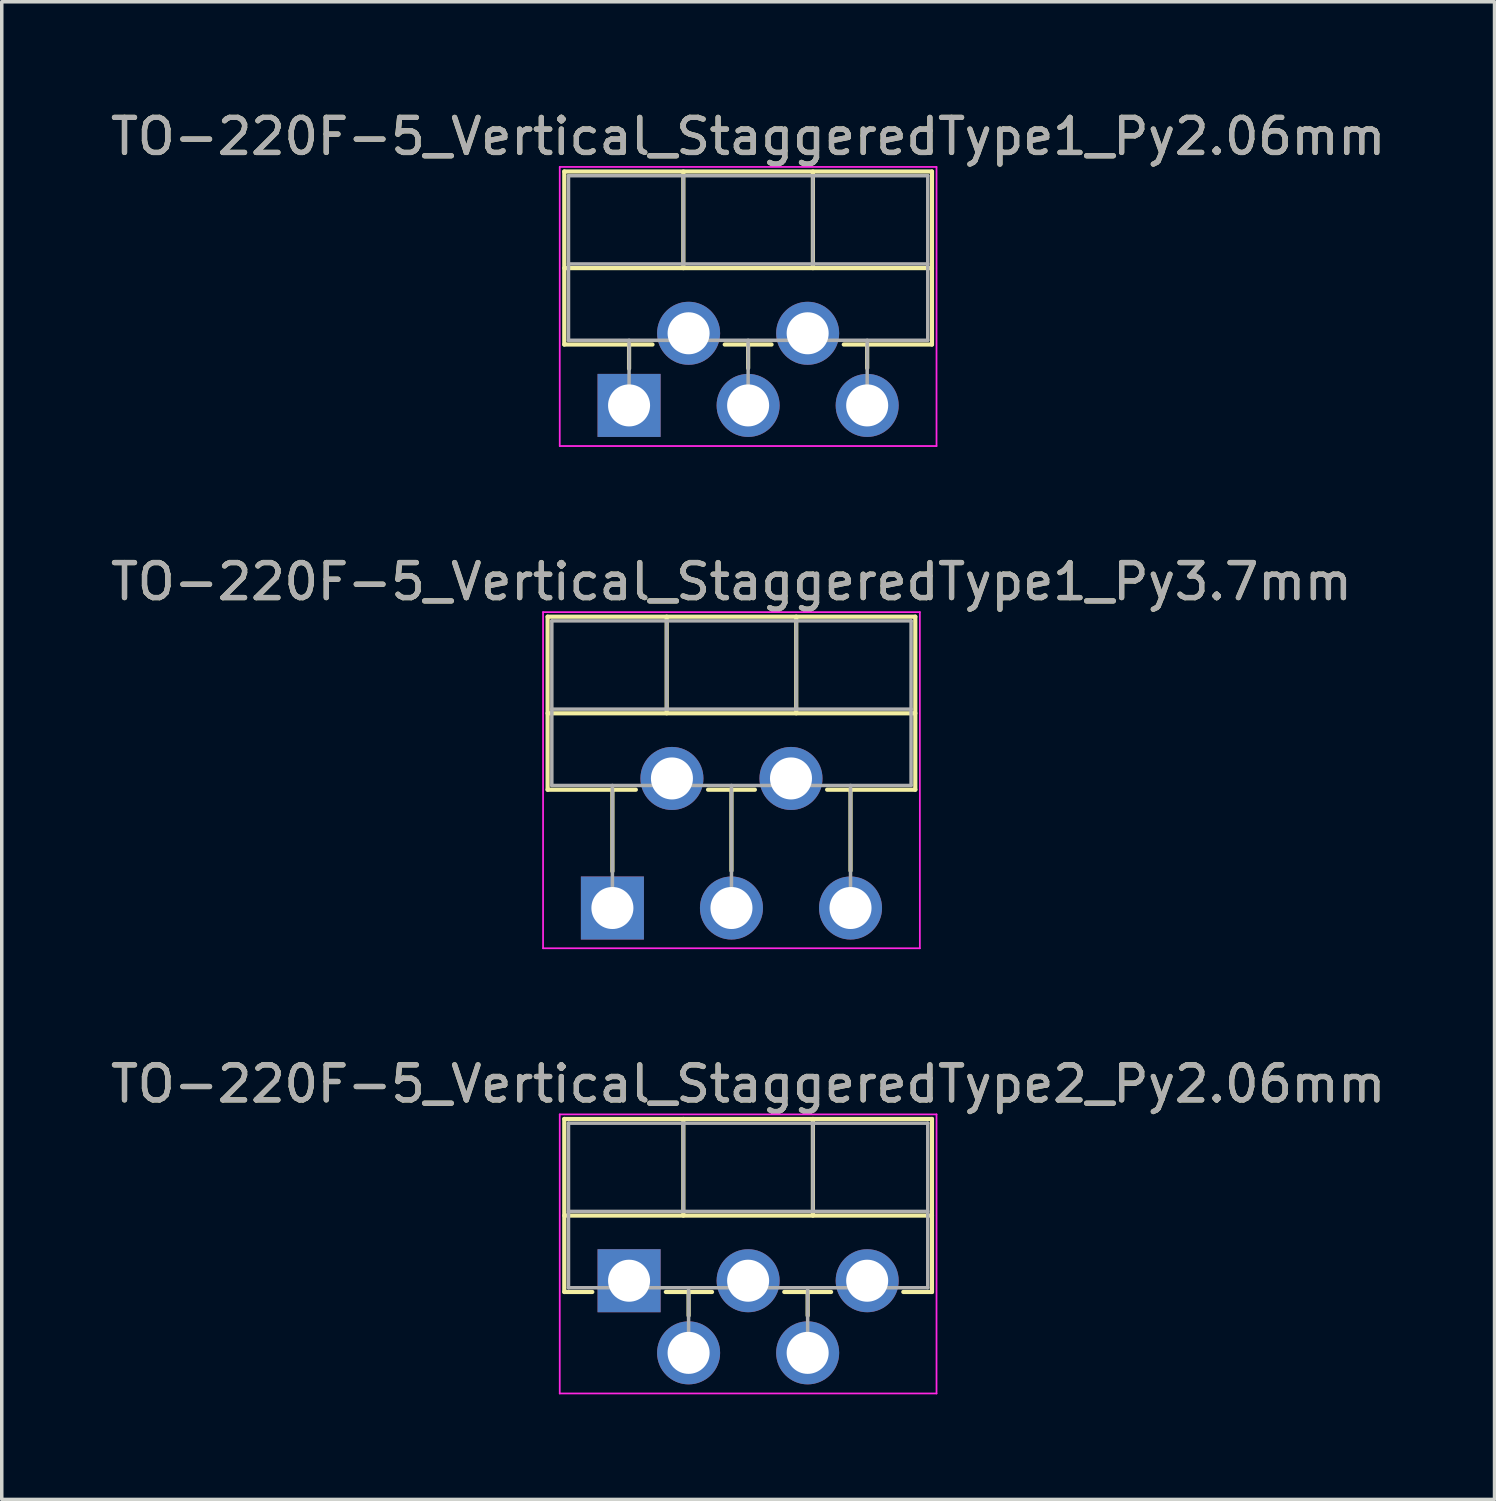
<source format=kicad_pcb>
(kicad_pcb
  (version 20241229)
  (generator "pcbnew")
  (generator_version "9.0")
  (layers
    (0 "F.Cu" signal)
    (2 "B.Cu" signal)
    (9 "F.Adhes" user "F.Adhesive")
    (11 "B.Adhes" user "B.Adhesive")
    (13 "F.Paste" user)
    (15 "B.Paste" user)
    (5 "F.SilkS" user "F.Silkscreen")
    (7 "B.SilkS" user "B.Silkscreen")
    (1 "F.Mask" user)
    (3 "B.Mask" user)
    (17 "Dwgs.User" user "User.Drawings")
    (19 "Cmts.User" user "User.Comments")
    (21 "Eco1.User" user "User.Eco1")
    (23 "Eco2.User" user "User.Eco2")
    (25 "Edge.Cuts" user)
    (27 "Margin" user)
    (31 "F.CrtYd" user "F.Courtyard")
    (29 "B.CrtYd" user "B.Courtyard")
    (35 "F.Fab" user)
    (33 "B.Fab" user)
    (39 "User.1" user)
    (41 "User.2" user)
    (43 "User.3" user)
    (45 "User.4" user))
  (footprint "TO-220F-5_Vertical_StaggeredType1_Py2.06mm"
    (layer "F.Cu")
    (at 14.915 8.528)
    (property "Reference" "TO-220F-5_Vertical_StaggeredType1_Py2.06mm" (at 3.4 -7.68 0) (layer "F.SilkS") (effects (font (size 1 1) (thickness 0.15))))
    (attr through_hole)
    (fp_line (start -1.85 -6.68) (end -1.85 -1.739) (stroke (width 0.12) (type solid)) (layer "F.SilkS"))
    (fp_line (start -1.85 -6.68) (end 8.65 -6.68) (stroke (width 0.12) (type solid)) (layer "F.SilkS"))
    (fp_line (start -1.85 -3.921) (end 8.65 -3.921) (stroke (width 0.12) (type solid)) (layer "F.SilkS"))
    (fp_line (start -1.85 -1.739) (end 0.669 -1.739) (stroke (width 0.12) (type solid)) (layer "F.SilkS"))
    (fp_line (start 0 -1.739) (end 0 -1.05) (stroke (width 0.12) (type solid)) (layer "F.SilkS"))
    (fp_line (start 1.55 -6.68) (end 1.55 -3.921) (stroke (width 0.12) (type solid)) (layer "F.SilkS"))
    (fp_line (start 2.732 -1.739) (end 4.069 -1.739) (stroke (width 0.12) (type solid)) (layer "F.SilkS"))
    (fp_line (start 3.4 -1.739) (end 3.4 -1.065) (stroke (width 0.12) (type solid)) (layer "F.SilkS"))
    (fp_line (start 5.25 -6.68) (end 5.25 -3.921) (stroke (width 0.12) (type solid)) (layer "F.SilkS"))
    (fp_line (start 6.132 -1.739) (end 8.65 -1.739) (stroke (width 0.12) (type solid)) (layer "F.SilkS"))
    (fp_line (start 6.8 -1.739) (end 6.8 -1.065) (stroke (width 0.12) (type solid)) (layer "F.SilkS"))
    (fp_line (start 8.65 -6.68) (end 8.65 -1.739) (stroke (width 0.12) (type solid)) (layer "F.SilkS"))
    (fp_line (start -1.98 -6.81) (end -1.98 1.16) (stroke (width 0.05) (type solid)) (layer "F.CrtYd"))
    (fp_line (start -1.98 1.16) (end 8.78 1.16) (stroke (width 0.05) (type solid)) (layer "F.CrtYd"))
    (fp_line (start 8.78 -6.81) (end -1.98 -6.81) (stroke (width 0.05) (type solid)) (layer "F.CrtYd"))
    (fp_line (start 8.78 1.16) (end 8.78 -6.81) (stroke (width 0.05) (type solid)) (layer "F.CrtYd"))
    (fp_line (start -1.73 -6.56) (end -1.73 -1.86) (stroke (width 0.1) (type solid)) (layer "F.Fab"))
    (fp_line (start -1.73 -4.04) (end 8.53 -4.04) (stroke (width 0.1) (type solid)) (layer "F.Fab"))
    (fp_line (start -1.73 -1.86) (end 8.53 -1.86) (stroke (width 0.1) (type solid)) (layer "F.Fab"))
    (fp_line (start 0 -1.86) (end 0 0) (stroke (width 0.1) (type solid)) (layer "F.Fab"))
    (fp_line (start 1.55 -6.56) (end 1.55 -4.04) (stroke (width 0.1) (type solid)) (layer "F.Fab"))
    (fp_line (start 3.4 -1.86) (end 3.4 0) (stroke (width 0.1) (type solid)) (layer "F.Fab"))
    (fp_line (start 5.25 -6.56) (end 5.25 -4.04) (stroke (width 0.1) (type solid)) (layer "F.Fab"))
    (fp_line (start 6.8 -1.86) (end 6.8 0) (stroke (width 0.1) (type solid)) (layer "F.Fab"))
    (fp_line (start 8.53 -6.56) (end -1.73 -6.56) (stroke (width 0.1) (type solid)) (layer "F.Fab"))
    (fp_line (start 8.53 -1.86) (end 8.53 -6.56) (stroke (width 0.1) (type solid)) (layer "F.Fab"))
    (fp_text user "${REFERENCE}" (at 3.4 -7.68 0) (layer "F.Fab") (effects (font (size 1 1) (thickness 0.15))))
    (pad "1" thru_hole rect (at 0 0) (size 1.8 1.8) (drill 1.2) (layers "*.Cu" "*.Mask"))
    (pad "2" thru_hole oval (at 1.7 -2.06) (size 1.8 1.8) (drill 1.2) (layers "*.Cu" "*.Mask"))
    (pad "3" thru_hole oval (at 3.4 0) (size 1.8 1.8) (drill 1.2) (layers "*.Cu" "*.Mask"))
    (pad "4" thru_hole oval (at 5.1 -2.06) (size 1.8 1.8) (drill 1.2) (layers "*.Cu" "*.Mask"))
    (pad "5" thru_hole oval (at 6.8 0) (size 1.8 1.8) (drill 1.2) (layers "*.Cu" "*.Mask")))
  (footprint "TO-220F-5_Vertical_StaggeredType1_Py3.7mm"
    (layer "F.Cu")
    (at 14.439 22.881)
    (property "Reference" "TO-220F-5_Vertical_StaggeredType1_Py3.7mm" (at 3.4 -9.32 0) (layer "F.SilkS") (effects (font (size 1 1) (thickness 0.15))))
    (attr through_hole)
    (fp_line (start -1.85 -8.32) (end -1.85 -3.379) (stroke (width 0.12) (type solid)) (layer "F.SilkS"))
    (fp_line (start -1.85 -8.32) (end 8.65 -8.32) (stroke (width 0.12) (type solid)) (layer "F.SilkS"))
    (fp_line (start -1.85 -5.561) (end 8.65 -5.561) (stroke (width 0.12) (type solid)) (layer "F.SilkS"))
    (fp_line (start -1.85 -3.379) (end 0.669 -3.379) (stroke (width 0.12) (type solid)) (layer "F.SilkS"))
    (fp_line (start 0 -3.379) (end 0 -1.049) (stroke (width 0.12) (type solid)) (layer "F.SilkS"))
    (fp_line (start 1.55 -8.32) (end 1.55 -5.561) (stroke (width 0.12) (type solid)) (layer "F.SilkS"))
    (fp_line (start 2.732 -3.379) (end 4.069 -3.379) (stroke (width 0.12) (type solid)) (layer "F.SilkS"))
    (fp_line (start 3.4 -3.379) (end 3.4 -1.065) (stroke (width 0.12) (type solid)) (layer "F.SilkS"))
    (fp_line (start 5.25 -8.32) (end 5.25 -5.561) (stroke (width 0.12) (type solid)) (layer "F.SilkS"))
    (fp_line (start 6.132 -3.379) (end 8.65 -3.379) (stroke (width 0.12) (type solid)) (layer "F.SilkS"))
    (fp_line (start 6.8 -3.379) (end 6.8 -1.065) (stroke (width 0.12) (type solid)) (layer "F.SilkS"))
    (fp_line (start 8.65 -8.32) (end 8.65 -3.379) (stroke (width 0.12) (type solid)) (layer "F.SilkS"))
    (fp_line (start -1.98 -8.45) (end -1.98 1.15) (stroke (width 0.05) (type solid)) (layer "F.CrtYd"))
    (fp_line (start -1.98 1.15) (end 8.78 1.15) (stroke (width 0.05) (type solid)) (layer "F.CrtYd"))
    (fp_line (start 8.78 -8.45) (end -1.98 -8.45) (stroke (width 0.05) (type solid)) (layer "F.CrtYd"))
    (fp_line (start 8.78 1.15) (end 8.78 -8.45) (stroke (width 0.05) (type solid)) (layer "F.CrtYd"))
    (fp_line (start -1.73 -8.2) (end -1.73 -3.5) (stroke (width 0.1) (type solid)) (layer "F.Fab"))
    (fp_line (start -1.73 -5.68) (end 8.53 -5.68) (stroke (width 0.1) (type solid)) (layer "F.Fab"))
    (fp_line (start -1.73 -3.5) (end 8.53 -3.5) (stroke (width 0.1) (type solid)) (layer "F.Fab"))
    (fp_line (start 0 -3.5) (end 0 0) (stroke (width 0.1) (type solid)) (layer "F.Fab"))
    (fp_line (start 1.55 -8.2) (end 1.55 -5.68) (stroke (width 0.1) (type solid)) (layer "F.Fab"))
    (fp_line (start 3.4 -3.5) (end 3.4 0) (stroke (width 0.1) (type solid)) (layer "F.Fab"))
    (fp_line (start 5.25 -8.2) (end 5.25 -5.68) (stroke (width 0.1) (type solid)) (layer "F.Fab"))
    (fp_line (start 6.8 -3.5) (end 6.8 0) (stroke (width 0.1) (type solid)) (layer "F.Fab"))
    (fp_line (start 8.53 -8.2) (end -1.73 -8.2) (stroke (width 0.1) (type solid)) (layer "F.Fab"))
    (fp_line (start 8.53 -3.5) (end 8.53 -8.2) (stroke (width 0.1) (type solid)) (layer "F.Fab"))
    (fp_text user "${REFERENCE}" (at 3.4 -9.32 0) (layer "F.Fab") (effects (font (size 1 1) (thickness 0.15))))
    (pad "1" thru_hole rect (at 0 0) (size 1.8 1.8) (drill 1.2) (layers "*.Cu" "*.Mask"))
    (pad "2" thru_hole oval (at 1.7 -3.7) (size 1.8 1.8) (drill 1.2) (layers "*.Cu" "*.Mask"))
    (pad "3" thru_hole oval (at 3.4 0) (size 1.8 1.8) (drill 1.2) (layers "*.Cu" "*.Mask"))
    (pad "4" thru_hole oval (at 5.1 -3.7) (size 1.8 1.8) (drill 1.2) (layers "*.Cu" "*.Mask"))
    (pad "5" thru_hole oval (at 6.8 0) (size 1.8 1.8) (drill 1.2) (layers "*.Cu" "*.Mask")))
  (footprint "TO-220F-5_Vertical_StaggeredType2_Py2.06mm"
    (layer "F.Cu")
    (at 14.915 33.525)
    (property "Reference" "TO-220F-5_Vertical_StaggeredType2_Py2.06mm" (at 3.4 -5.62 0) (layer "F.SilkS") (effects (font (size 1 1) (thickness 0.15))))
    (attr through_hole)
    (fp_line (start -1.85 -4.62) (end -1.85 0.321) (stroke (width 0.12) (type solid)) (layer "F.SilkS"))
    (fp_line (start -1.85 -4.62) (end 8.65 -4.62) (stroke (width 0.12) (type solid)) (layer "F.SilkS"))
    (fp_line (start -1.85 -1.861) (end 8.65 -1.861) (stroke (width 0.12) (type solid)) (layer "F.SilkS"))
    (fp_line (start -1.85 0.321) (end -1.05 0.321) (stroke (width 0.12) (type solid)) (layer "F.SilkS"))
    (fp_line (start 1.05 0.321) (end 2.369 0.321) (stroke (width 0.12) (type solid)) (layer "F.SilkS"))
    (fp_line (start 1.55 -4.62) (end 1.55 -1.861) (stroke (width 0.12) (type solid)) (layer "F.SilkS"))
    (fp_line (start 1.7 0.321) (end 1.7 0.995) (stroke (width 0.12) (type solid)) (layer "F.SilkS"))
    (fp_line (start 4.432 0.321) (end 5.769 0.321) (stroke (width 0.12) (type solid)) (layer "F.SilkS"))
    (fp_line (start 5.1 0.321) (end 5.1 0.995) (stroke (width 0.12) (type solid)) (layer "F.SilkS"))
    (fp_line (start 5.25 -4.62) (end 5.25 -1.861) (stroke (width 0.12) (type solid)) (layer "F.SilkS"))
    (fp_line (start 7.832 0.321) (end 8.65 0.321) (stroke (width 0.12) (type solid)) (layer "F.SilkS"))
    (fp_line (start 8.65 -4.62) (end 8.65 0.321) (stroke (width 0.12) (type solid)) (layer "F.SilkS"))
    (fp_line (start -1.98 -4.75) (end -1.98 3.22) (stroke (width 0.05) (type solid)) (layer "F.CrtYd"))
    (fp_line (start -1.98 3.22) (end 8.78 3.22) (stroke (width 0.05) (type solid)) (layer "F.CrtYd"))
    (fp_line (start 8.78 -4.75) (end -1.98 -4.75) (stroke (width 0.05) (type solid)) (layer "F.CrtYd"))
    (fp_line (start 8.78 3.22) (end 8.78 -4.75) (stroke (width 0.05) (type solid)) (layer "F.CrtYd"))
    (fp_line (start -1.73 -4.5) (end -1.73 0.2) (stroke (width 0.1) (type solid)) (layer "F.Fab"))
    (fp_line (start -1.73 -1.98) (end 8.53 -1.98) (stroke (width 0.1) (type solid)) (layer "F.Fab"))
    (fp_line (start -1.73 0.2) (end 8.53 0.2) (stroke (width 0.1) (type solid)) (layer "F.Fab"))
    (fp_line (start 1.55 -4.5) (end 1.55 -1.98) (stroke (width 0.1) (type solid)) (layer "F.Fab"))
    (fp_line (start 1.7 0.2) (end 1.7 2.06) (stroke (width 0.1) (type solid)) (layer "F.Fab"))
    (fp_line (start 5.1 0.2) (end 5.1 2.06) (stroke (width 0.1) (type solid)) (layer "F.Fab"))
    (fp_line (start 5.25 -4.5) (end 5.25 -1.98) (stroke (width 0.1) (type solid)) (layer "F.Fab"))
    (fp_line (start 8.53 -4.5) (end -1.73 -4.5) (stroke (width 0.1) (type solid)) (layer "F.Fab"))
    (fp_line (start 8.53 0.2) (end 8.53 -4.5) (stroke (width 0.1) (type solid)) (layer "F.Fab"))
    (fp_text user "${REFERENCE}" (at 3.4 -5.62 0) (layer "F.Fab") (effects (font (size 1 1) (thickness 0.15))))
    (pad "1" thru_hole rect (at 0 0) (size 1.8 1.8) (drill 1.2) (layers "*.Cu" "*.Mask"))
    (pad "2" thru_hole oval (at 1.7 2.06) (size 1.8 1.8) (drill 1.2) (layers "*.Cu" "*.Mask"))
    (pad "3" thru_hole oval (at 3.4 0) (size 1.8 1.8) (drill 1.2) (layers "*.Cu" "*.Mask"))
    (pad "4" thru_hole oval (at 5.1 2.06) (size 1.8 1.8) (drill 1.2) (layers "*.Cu" "*.Mask"))
    (pad "5" thru_hole oval (at 6.8 0) (size 1.8 1.8) (drill 1.2) (layers "*.Cu" "*.Mask")))
  (gr_rect
    (start -3 -3)
    (end 39.631 39.77)
    (stroke (width 0.1) (type default))
    (fill no)
    (layer "Edge.Cuts")))
</source>
